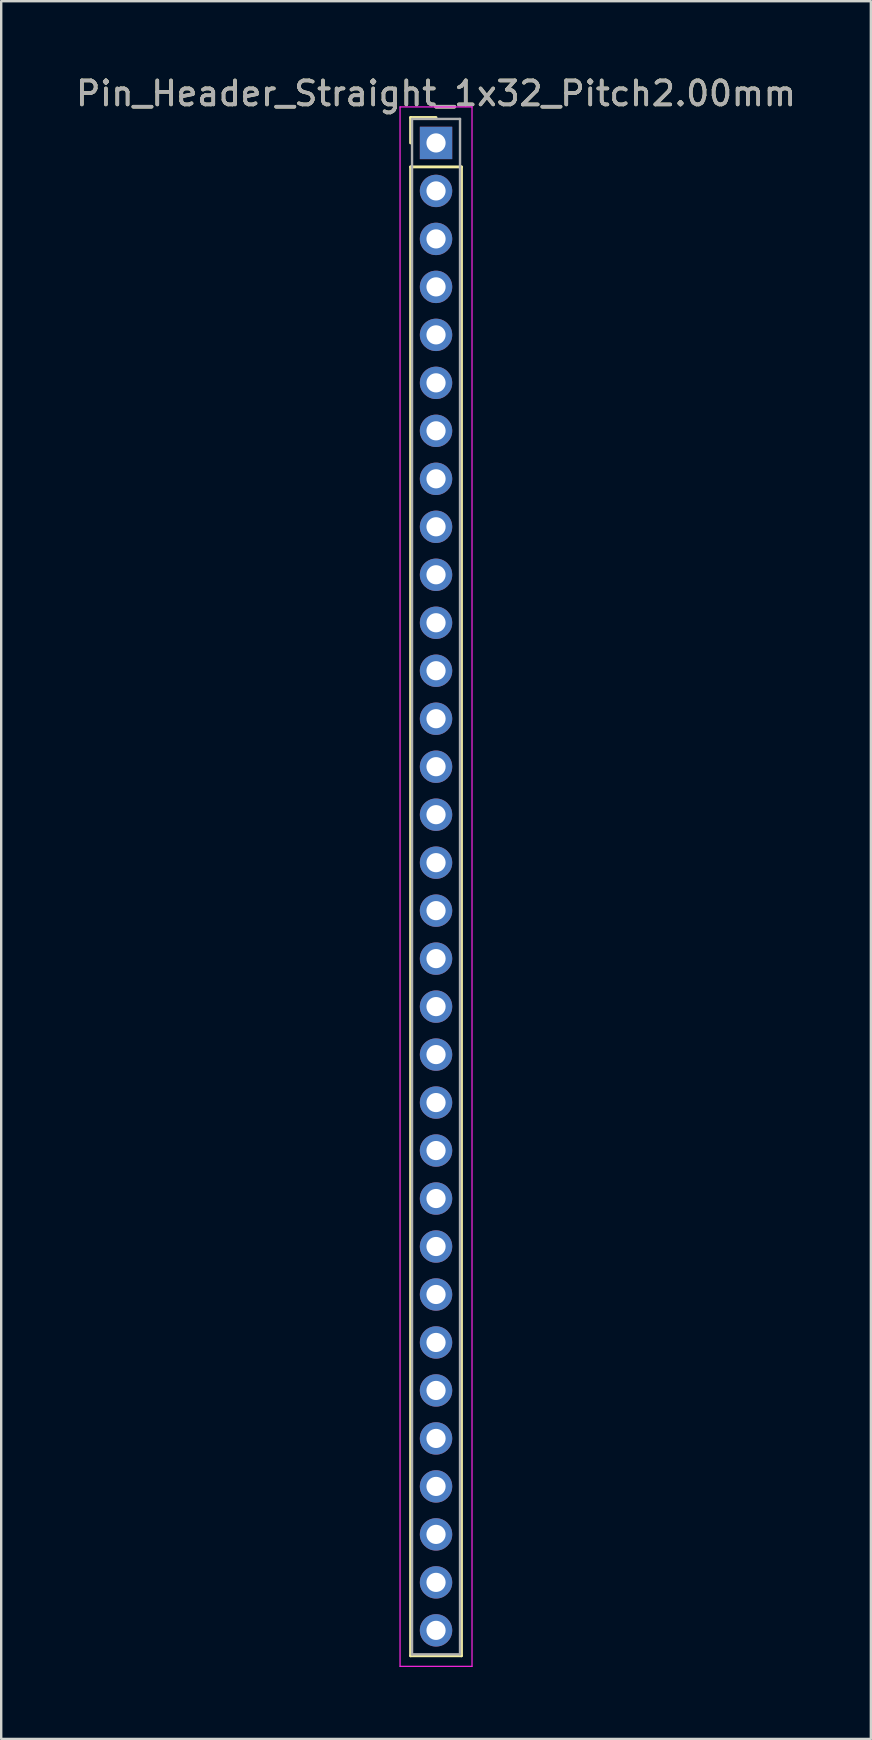
<source format=kicad_pcb>
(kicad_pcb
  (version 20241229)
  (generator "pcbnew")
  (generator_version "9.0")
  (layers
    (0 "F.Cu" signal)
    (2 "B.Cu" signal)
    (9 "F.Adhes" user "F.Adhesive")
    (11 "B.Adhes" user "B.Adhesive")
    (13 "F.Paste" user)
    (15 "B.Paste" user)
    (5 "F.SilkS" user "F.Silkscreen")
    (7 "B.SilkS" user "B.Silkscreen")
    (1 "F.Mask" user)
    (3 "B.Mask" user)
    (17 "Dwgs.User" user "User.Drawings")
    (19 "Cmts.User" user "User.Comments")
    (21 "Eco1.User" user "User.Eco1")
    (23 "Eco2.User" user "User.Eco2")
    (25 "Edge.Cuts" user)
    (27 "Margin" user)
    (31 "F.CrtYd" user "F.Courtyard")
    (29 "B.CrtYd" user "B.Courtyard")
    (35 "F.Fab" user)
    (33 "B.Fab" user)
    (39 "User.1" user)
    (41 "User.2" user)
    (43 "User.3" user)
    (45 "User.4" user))
  (footprint "Pin_Header_Straight_1x32_Pitch2.00mm"
    (layer "F.Cu")
    (at 15.125 2.908)
    (property "Reference" "Pin_Header_Straight_1x32_Pitch2.00mm" (at 0 -2.06 0) (layer "F.SilkS") (effects (font (size 1 1) (thickness 0.15))))
    (attr through_hole)
    (fp_line (start -1.06 -1.06) (end 0 -1.06) (stroke (width 0.12) (type solid)) (layer "F.SilkS"))
    (fp_line (start -1.06 0) (end -1.06 -1.06) (stroke (width 0.12) (type solid)) (layer "F.SilkS"))
    (fp_line (start -1.06 1) (end -1.06 63.06) (stroke (width 0.12) (type solid)) (layer "F.SilkS"))
    (fp_line (start -1.06 63.06) (end 1.06 63.06) (stroke (width 0.12) (type solid)) (layer "F.SilkS"))
    (fp_line (start 1.06 1) (end -1.06 1) (stroke (width 0.12) (type solid)) (layer "F.SilkS"))
    (fp_line (start 1.06 63.06) (end 1.06 1) (stroke (width 0.12) (type solid)) (layer "F.SilkS"))
    (fp_line (start -1.5 -1.5) (end -1.5 63.5) (stroke (width 0.05) (type solid)) (layer "F.CrtYd"))
    (fp_line (start -1.5 63.5) (end 1.5 63.5) (stroke (width 0.05) (type solid)) (layer "F.CrtYd"))
    (fp_line (start 1.5 -1.5) (end -1.5 -1.5) (stroke (width 0.05) (type solid)) (layer "F.CrtYd"))
    (fp_line (start 1.5 63.5) (end 1.5 -1.5) (stroke (width 0.05) (type solid)) (layer "F.CrtYd"))
    (fp_line (start -1 -1) (end -1 63) (stroke (width 0.1) (type solid)) (layer "F.Fab"))
    (fp_line (start -1 63) (end 1 63) (stroke (width 0.1) (type solid)) (layer "F.Fab"))
    (fp_line (start 1 -1) (end -1 -1) (stroke (width 0.1) (type solid)) (layer "F.Fab"))
    (fp_line (start 1 63) (end 1 -1) (stroke (width 0.1) (type solid)) (layer "F.Fab"))
    (fp_text user "${REFERENCE}" (at 0 -2.06 0) (layer "F.Fab") (effects (font (size 1 1) (thickness 0.15))))
    (pad "1" thru_hole rect (at 0 0) (size 1.35 1.35) (drill 0.8) (layers "*.Cu" "*.Mask"))
    (pad "2" thru_hole oval (at 0 2) (size 1.35 1.35) (drill 0.8) (layers "*.Cu" "*.Mask"))
    (pad "3" thru_hole oval (at 0 4) (size 1.35 1.35) (drill 0.8) (layers "*.Cu" "*.Mask"))
    (pad "4" thru_hole oval (at 0 6) (size 1.35 1.35) (drill 0.8) (layers "*.Cu" "*.Mask"))
    (pad "5" thru_hole oval (at 0 8) (size 1.35 1.35) (drill 0.8) (layers "*.Cu" "*.Mask"))
    (pad "6" thru_hole oval (at 0 10) (size 1.35 1.35) (drill 0.8) (layers "*.Cu" "*.Mask"))
    (pad "7" thru_hole oval (at 0 12) (size 1.35 1.35) (drill 0.8) (layers "*.Cu" "*.Mask"))
    (pad "8" thru_hole oval (at 0 14) (size 1.35 1.35) (drill 0.8) (layers "*.Cu" "*.Mask"))
    (pad "9" thru_hole oval (at 0 16) (size 1.35 1.35) (drill 0.8) (layers "*.Cu" "*.Mask"))
    (pad "10" thru_hole oval (at 0 18) (size 1.35 1.35) (drill 0.8) (layers "*.Cu" "*.Mask"))
    (pad "11" thru_hole oval (at 0 20) (size 1.35 1.35) (drill 0.8) (layers "*.Cu" "*.Mask"))
    (pad "12" thru_hole oval (at 0 22) (size 1.35 1.35) (drill 0.8) (layers "*.Cu" "*.Mask"))
    (pad "13" thru_hole oval (at 0 24) (size 1.35 1.35) (drill 0.8) (layers "*.Cu" "*.Mask"))
    (pad "14" thru_hole oval (at 0 26) (size 1.35 1.35) (drill 0.8) (layers "*.Cu" "*.Mask"))
    (pad "15" thru_hole oval (at 0 28) (size 1.35 1.35) (drill 0.8) (layers "*.Cu" "*.Mask"))
    (pad "16" thru_hole oval (at 0 30) (size 1.35 1.35) (drill 0.8) (layers "*.Cu" "*.Mask"))
    (pad "17" thru_hole oval (at 0 32) (size 1.35 1.35) (drill 0.8) (layers "*.Cu" "*.Mask"))
    (pad "18" thru_hole oval (at 0 34) (size 1.35 1.35) (drill 0.8) (layers "*.Cu" "*.Mask"))
    (pad "19" thru_hole oval (at 0 36) (size 1.35 1.35) (drill 0.8) (layers "*.Cu" "*.Mask"))
    (pad "20" thru_hole oval (at 0 38) (size 1.35 1.35) (drill 0.8) (layers "*.Cu" "*.Mask"))
    (pad "21" thru_hole oval (at 0 40) (size 1.35 1.35) (drill 0.8) (layers "*.Cu" "*.Mask"))
    (pad "22" thru_hole oval (at 0 42) (size 1.35 1.35) (drill 0.8) (layers "*.Cu" "*.Mask"))
    (pad "23" thru_hole oval (at 0 44) (size 1.35 1.35) (drill 0.8) (layers "*.Cu" "*.Mask"))
    (pad "24" thru_hole oval (at 0 46) (size 1.35 1.35) (drill 0.8) (layers "*.Cu" "*.Mask"))
    (pad "25" thru_hole oval (at 0 48) (size 1.35 1.35) (drill 0.8) (layers "*.Cu" "*.Mask"))
    (pad "26" thru_hole oval (at 0 50) (size 1.35 1.35) (drill 0.8) (layers "*.Cu" "*.Mask"))
    (pad "27" thru_hole oval (at 0 52) (size 1.35 1.35) (drill 0.8) (layers "*.Cu" "*.Mask"))
    (pad "28" thru_hole oval (at 0 54) (size 1.35 1.35) (drill 0.8) (layers "*.Cu" "*.Mask"))
    (pad "29" thru_hole oval (at 0 56) (size 1.35 1.35) (drill 0.8) (layers "*.Cu" "*.Mask"))
    (pad "30" thru_hole oval (at 0 58) (size 1.35 1.35) (drill 0.8) (layers "*.Cu" "*.Mask"))
    (pad "31" thru_hole oval (at 0 60) (size 1.35 1.35) (drill 0.8) (layers "*.Cu" "*.Mask"))
    (pad "32" thru_hole oval (at 0 62) (size 1.35 1.35) (drill 0.8) (layers "*.Cu" "*.Mask")))
  (gr_rect
    (start -3 -3)
    (end 33.25 69.433)
    (stroke (width 0.1) (type default))
    (fill no)
    (layer "Edge.Cuts")))
</source>
